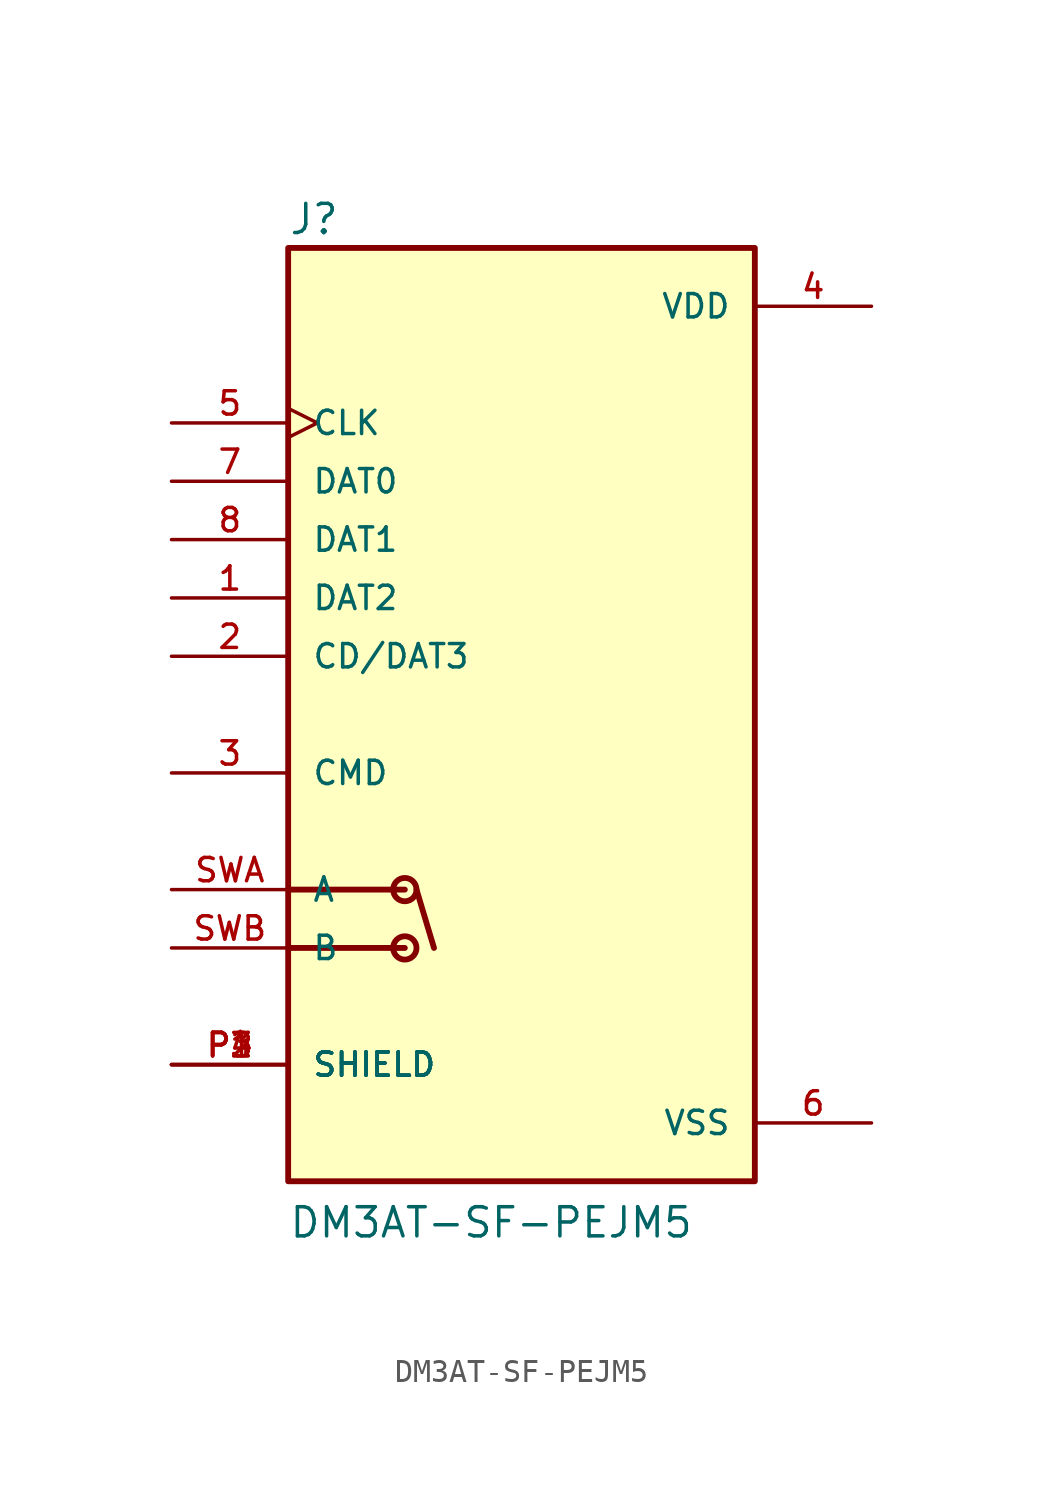
<source format=kicad_sym>
(kicad_symbol_lib
  (version 20231120)
  (generator "kicad_symbol_editor")
  (generator_version "8.0")
  (symbol "DM3AT-SF-PEJM5"
    (pin_names
      (offset 1.016))
    (property "Reference" "J"
      (at -10.16 20.828 0)
      (effects (font (size 1.27 1.27)) (justify left bottom)))
    (property "Value" "DM3AT-SF-PEJM5"
      (at -10.16 -22.86 0)
      (effects (font (size 1.27 1.27)) (justify left bottom)))
    (symbol "DM3AT-SF-PEJM5_0_0"
      (rectangle (start -10.16 20.32) (end 10.16 -20.32) (stroke (width 0.254) (type default)) (fill (type background)))
      (circle (center -5.08 -10.16) (radius 0.508) (stroke (width 0.254) (type default)) (fill (type none)))
      (circle (center -5.08 -7.62) (radius 0.508) (stroke (width 0.254) (type default)) (fill (type none)))
      (polyline (pts (xy -10.16 -10.16) (xy -5.08 -10.16)) (stroke (width 0.254) (type default)) (fill (type none)))
      (polyline (pts (xy -10.16 -7.62) (xy -5.08 -7.62)) (stroke (width 0.254) (type default)) (fill (type none)))
      (polyline (pts (xy -4.572 -7.62) (xy -3.81 -10.16)) (stroke (width 0.254) (type default)) (fill (type none)))
      (pin bidirectional line (at -15.24 5.08 0) (length 5.08) (name "DAT2" (effects (font (size 1.016 1.016)))) (number "1" (effects (font (size 1.016 1.016)))))
      (pin bidirectional line (at -15.24 2.54 0) (length 5.08) (name "CD/DAT3" (effects (font (size 1.016 1.016)))) (number "2" (effects (font (size 1.016 1.016)))))
      (pin bidirectional line (at -15.24 -2.54 0) (length 5.08) (name "CMD" (effects (font (size 1.016 1.016)))) (number "3" (effects (font (size 1.016 1.016)))))
      (pin power_in line (at 15.24 17.78 180) (length 5.08) (name "VDD" (effects (font (size 1.016 1.016)))) (number "4" (effects (font (size 1.016 1.016)))))
      (pin bidirectional clock (at -15.24 12.7 0) (length 5.08) (name "CLK" (effects (font (size 1.016 1.016)))) (number "5" (effects (font (size 1.016 1.016)))))
      (pin power_in line (at 15.24 -17.78 180) (length 5.08) (name "VSS" (effects (font (size 1.016 1.016)))) (number "6" (effects (font (size 1.016 1.016)))))
      (pin bidirectional line (at -15.24 10.16 0) (length 5.08) (name "DAT0" (effects (font (size 1.016 1.016)))) (number "7" (effects (font (size 1.016 1.016)))))
      (pin bidirectional line (at -15.24 7.62 0) (length 5.08) (name "DAT1" (effects (font (size 1.016 1.016)))) (number "8" (effects (font (size 1.016 1.016)))))
      (pin passive line (at -15.24 -15.24 0) (length 5.08) (name "SHIELD" (effects (font (size 1.016 1.016)))) (number "P1" (effects (font (size 1.016 1.016)))))
      (pin passive line (at -15.24 -15.24 0) (length 5.08) (name "SHIELD" (effects (font (size 1.016 1.016)))) (number "P2" (effects (font (size 1.016 1.016)))))
      (pin passive line (at -15.24 -15.24 0) (length 5.08) (name "SHIELD" (effects (font (size 1.016 1.016)))) (number "P3" (effects (font (size 1.016 1.016)))))
      (pin passive line (at -15.24 -15.24 0) (length 5.08) (name "SHIELD" (effects (font (size 1.016 1.016)))) (number "P4" (effects (font (size 1.016 1.016)))))
      (pin bidirectional line (at -15.24 -7.62 0) (length 5.08) (name "A" (effects (font (size 1.016 1.016)))) (number "SWA" (effects (font (size 1.016 1.016)))))
      (pin bidirectional line (at -15.24 -10.16 0) (length 5.08) (name "B" (effects (font (size 1.016 1.016)))) (number "SWB" (effects (font (size 1.016 1.016))))))))
</source>
